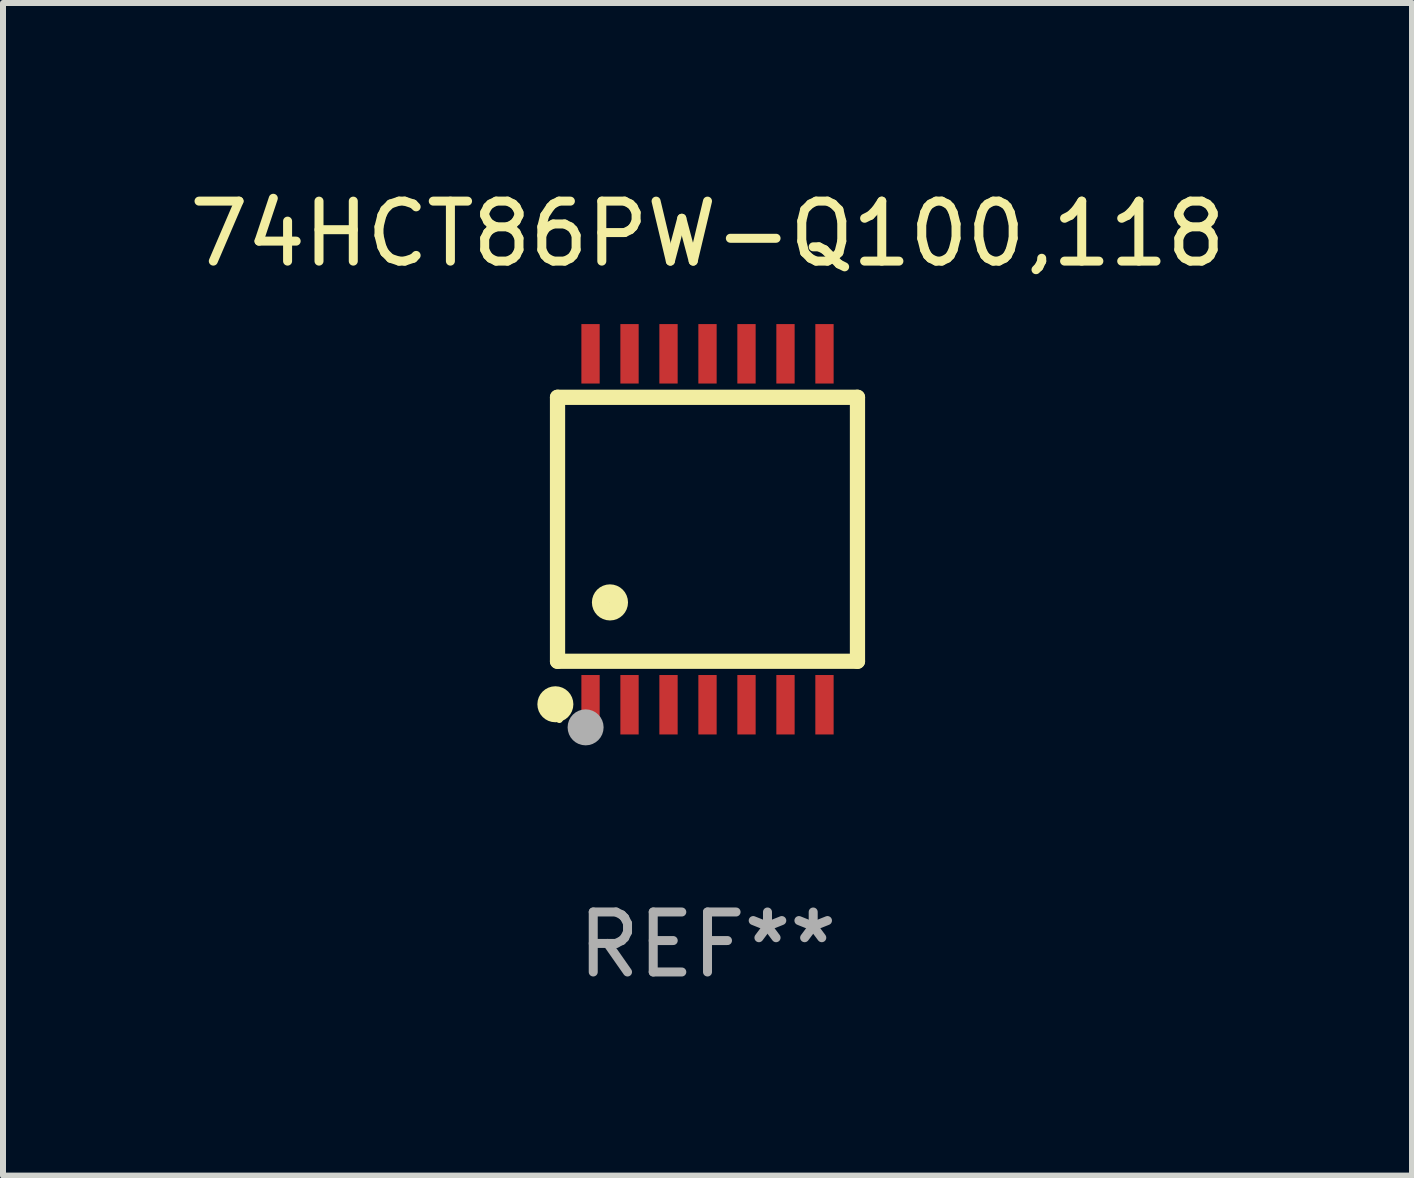
<source format=kicad_pcb>
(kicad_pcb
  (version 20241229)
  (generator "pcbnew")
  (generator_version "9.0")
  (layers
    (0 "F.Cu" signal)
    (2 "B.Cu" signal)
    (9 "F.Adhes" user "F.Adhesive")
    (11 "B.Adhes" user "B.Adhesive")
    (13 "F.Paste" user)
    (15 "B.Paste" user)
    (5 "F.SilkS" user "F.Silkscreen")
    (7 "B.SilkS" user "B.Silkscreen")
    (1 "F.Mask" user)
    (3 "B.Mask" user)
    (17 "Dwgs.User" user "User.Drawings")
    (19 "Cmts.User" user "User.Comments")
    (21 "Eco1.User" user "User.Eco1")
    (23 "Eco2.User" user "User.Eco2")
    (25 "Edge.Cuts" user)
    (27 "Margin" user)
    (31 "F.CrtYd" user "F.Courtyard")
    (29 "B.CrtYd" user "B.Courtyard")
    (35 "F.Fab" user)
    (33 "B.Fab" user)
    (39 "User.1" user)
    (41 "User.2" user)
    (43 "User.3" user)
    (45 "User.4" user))
  (footprint "74HCT86PW-Q100,118"
    (layer "F.Cu")
    (at 8.744 5.773)
    (property "Reference" "74HCT86PW-Q100,118" (at 0 -4.925 0) (layer "F.SilkS") (effects (font (size 1 1) (thickness 0.15))))
    (attr through_hole)
    (fp_line (start -2.5 2.2) (end -2.5 -2.2) (stroke (width 0.254) (type solid)) (layer "F.SilkS"))
    (fp_line (start -2.5 2.2) (end 2.5 2.2) (stroke (width 0.254) (type solid)) (layer "F.SilkS"))
    (fp_line (start 2.5 -2.2) (end -2.5 -2.2) (stroke (width 0.254) (type solid)) (layer "F.SilkS"))
    (fp_line (start 2.5 -2.2) (end 2.5 2.2) (stroke (width 0.254) (type solid)) (layer "F.SilkS"))
    (fp_circle (center -2.536 2.917) (end -2.386 2.917) (stroke (width 0.3) (type solid)) (fill no) (layer "F.SilkS"))
    (fp_circle (center -2.47 3.17) (end -2.44 3.17) (stroke (width 0.06) (type solid)) (fill no) (layer "F.SilkS"))
    (fp_circle (center -1.626 1.219) (end -1.475 1.219) (stroke (width 0.3) (type solid)) (fill no) (layer "F.SilkS"))
    (fp_circle (center -2.032 3.302) (end -1.882 3.302) (stroke (width 0.3) (type solid)) (fill no) (layer "F.Fab"))
    (fp_text user "REF**" (at 0 6.925 0) (layer "F.Fab") (effects (font (size 1 1) (thickness 0.15))))
    (pad "1" smd rect (at -1.95 2.925) (size 0.305 0.991) (layers "F.Cu" "F.Mask" "F.Paste"))
    (pad "2" smd rect (at -1.3 2.925) (size 0.305 0.991) (layers "F.Cu" "F.Mask" "F.Paste"))
    (pad "3" smd rect (at -0.65 2.925) (size 0.305 0.991) (layers "F.Cu" "F.Mask" "F.Paste"))
    (pad "4" smd rect (at 0 2.925) (size 0.305 0.991) (layers "F.Cu" "F.Mask" "F.Paste"))
    (pad "5" smd rect (at 0.65 2.925) (size 0.305 0.991) (layers "F.Cu" "F.Mask" "F.Paste"))
    (pad "6" smd rect (at 1.3 2.925) (size 0.305 0.991) (layers "F.Cu" "F.Mask" "F.Paste"))
    (pad "7" smd rect (at 1.95 2.925) (size 0.305 0.991) (layers "F.Cu" "F.Mask" "F.Paste"))
    (pad "8" smd rect (at 1.95 -2.925) (size 0.305 0.991) (layers "F.Cu" "F.Mask" "F.Paste"))
    (pad "9" smd rect (at 1.3 -2.925) (size 0.305 0.991) (layers "F.Cu" "F.Mask" "F.Paste"))
    (pad "10" smd rect (at 0.65 -2.925) (size 0.305 0.991) (layers "F.Cu" "F.Mask" "F.Paste"))
    (pad "11" smd rect (at 0 -2.925) (size 0.305 0.991) (layers "F.Cu" "F.Mask" "F.Paste"))
    (pad "12" smd rect (at -0.65 -2.925) (size 0.305 0.991) (layers "F.Cu" "F.Mask" "F.Paste"))
    (pad "13" smd rect (at -1.3 -2.925) (size 0.305 0.991) (layers "F.Cu" "F.Mask" "F.Paste"))
    (pad "14" smd rect (at -1.95 -2.925) (size 0.305 0.991) (layers "F.Cu" "F.Mask" "F.Paste")))
  (gr_rect
    (start -3 -3)
    (end 20.488 16.547)
    (stroke (width 0.1) (type default))
    (fill no)
    (layer "Edge.Cuts")))
</source>
